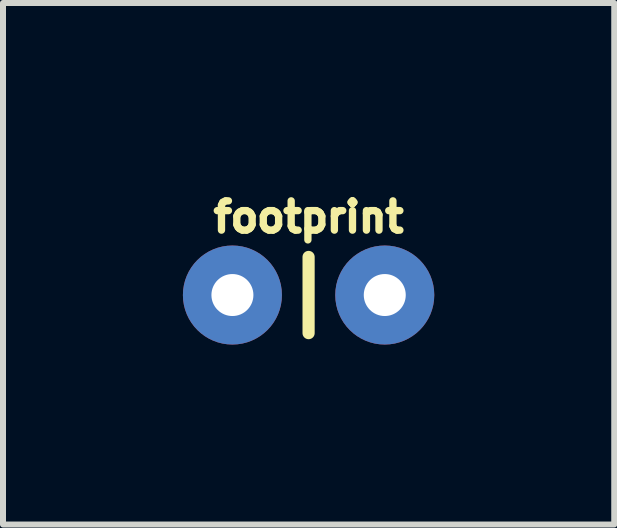
<source format=kicad_pcb>
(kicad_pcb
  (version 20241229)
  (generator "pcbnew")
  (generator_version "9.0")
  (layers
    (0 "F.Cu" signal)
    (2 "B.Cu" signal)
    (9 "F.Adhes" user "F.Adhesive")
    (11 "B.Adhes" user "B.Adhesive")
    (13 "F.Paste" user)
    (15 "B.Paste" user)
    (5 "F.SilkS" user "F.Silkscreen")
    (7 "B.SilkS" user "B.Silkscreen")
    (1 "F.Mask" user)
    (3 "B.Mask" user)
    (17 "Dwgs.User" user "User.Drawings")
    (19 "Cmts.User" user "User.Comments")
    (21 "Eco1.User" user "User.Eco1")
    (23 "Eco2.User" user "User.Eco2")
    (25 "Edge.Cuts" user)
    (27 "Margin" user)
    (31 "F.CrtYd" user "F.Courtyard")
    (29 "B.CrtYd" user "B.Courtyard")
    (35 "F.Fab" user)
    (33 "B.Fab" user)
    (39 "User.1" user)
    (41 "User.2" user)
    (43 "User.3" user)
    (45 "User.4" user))
  (footprint "footprint"
    (layer "F.Cu")
    (at 2.095 1.869)
    (property "Reference" "footprint" (at 0 -1.016 0) (layer "F.SilkS") (effects (font (size 0.488 0.488) (thickness 0.122)) (justify bottom)))
    (fp_line (start 0 -0.635) (end 0 0.635) (stroke (width 0.203) (type solid)) (layer "F.SilkS"))
    (pad "1" thru_hole circle (at -1.27 0) (size 1.651 1.651) (drill 0.7) (layers "*.Cu" "*.Mask"))
    (pad "2" thru_hole circle (at 1.27 0) (size 1.651 1.651) (drill 0.7) (layers "*.Cu" "*.Mask")))
  (gr_rect
    (start -3 -3)
    (end 7.191 5.695)
    (stroke (width 0.1) (type default))
    (fill no)
    (layer "Edge.Cuts")))
</source>
